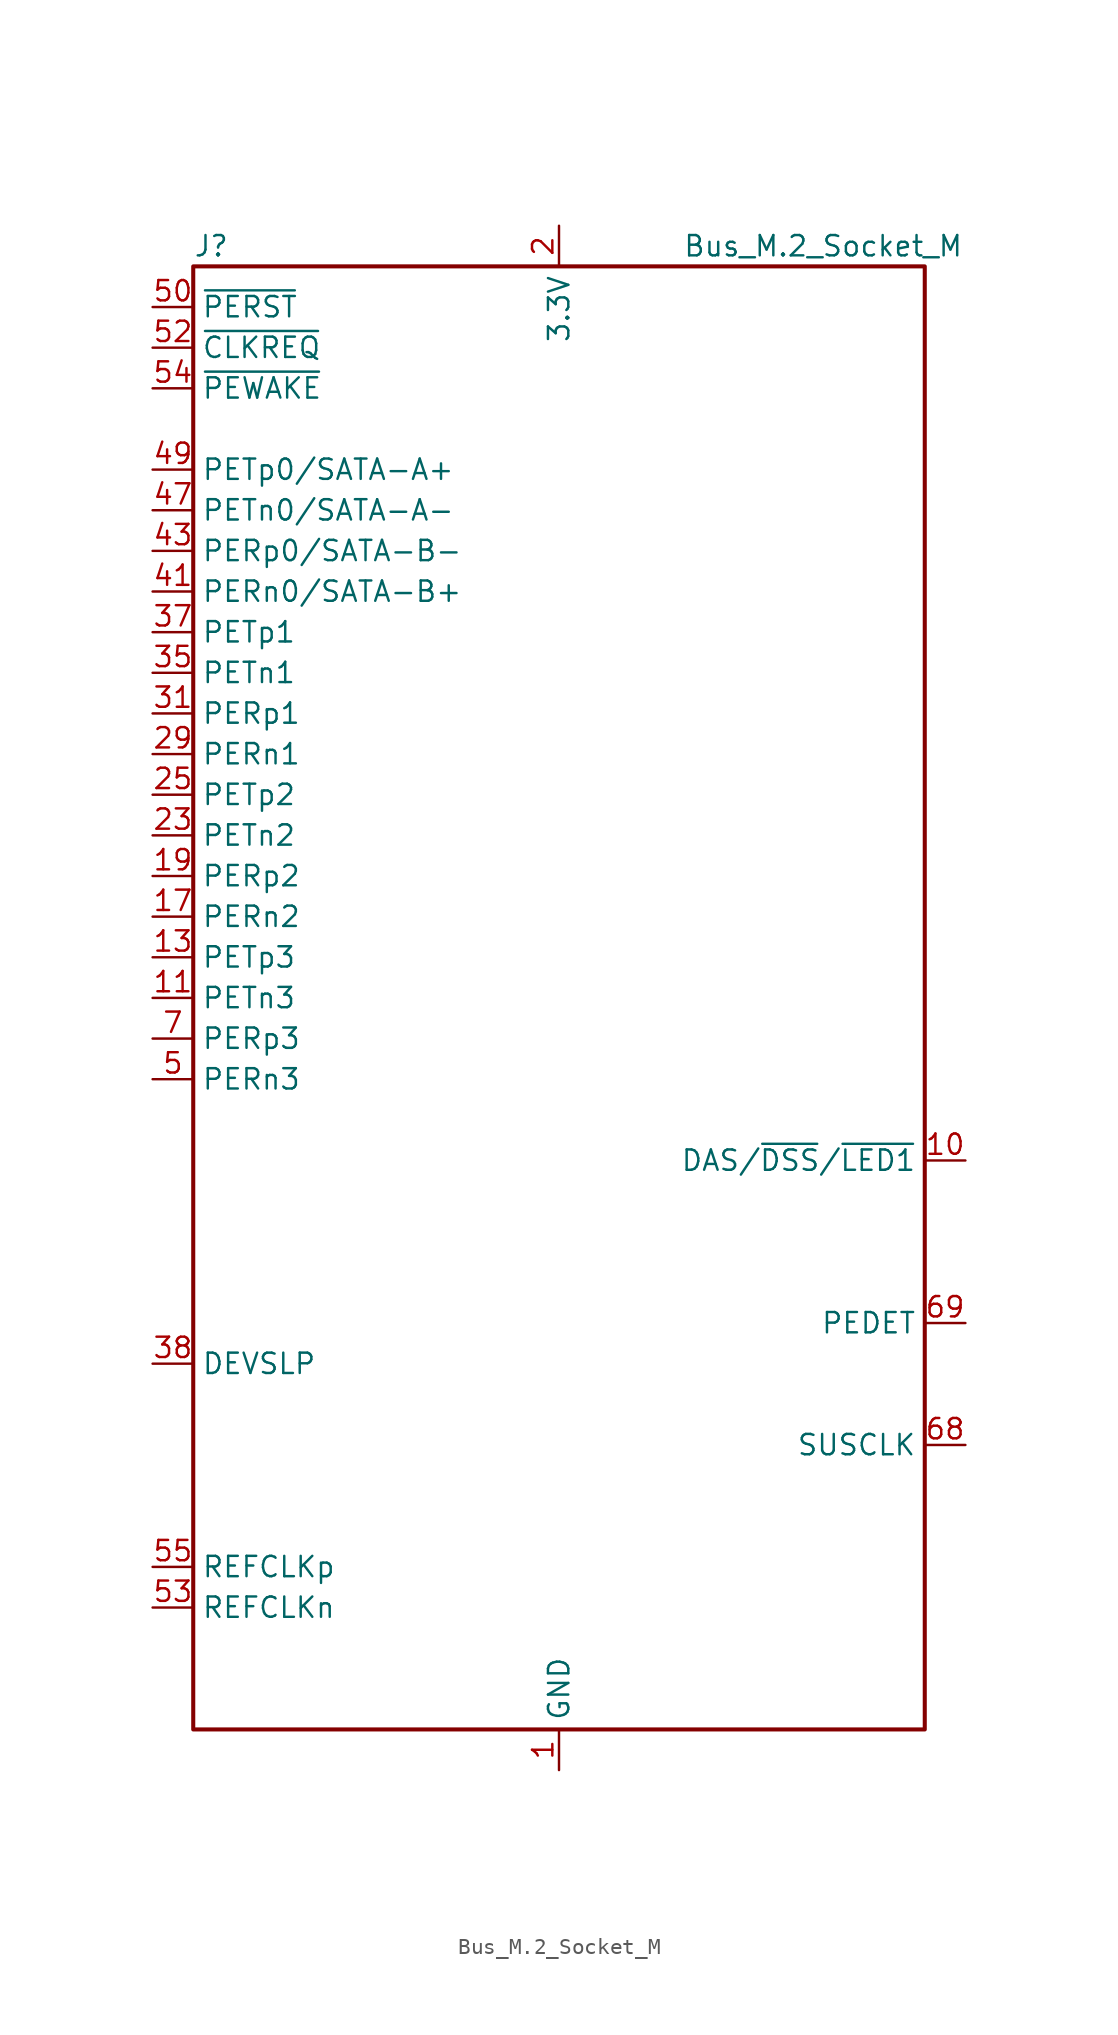
<source format=kicad_sym>
(kicad_symbol_lib
  (version 20211014)
  (generator kicad_symbol_editor)
  (symbol "Bus_M.2_Socket_M"
    (property "Reference" "J"
      (at -22.86 46.99 0)
      (effects (font (size 1.27 1.27)) (justify left)))
    (property "Value" "Bus_M.2_Socket_M"
      (at 16.51 46.99 0)
      (effects (font (size 1.27 1.27))))
    (symbol "Bus_M.2_Socket_M_0_1"
      (rectangle (start -22.86 45.72) (end 22.86 -45.72) (stroke (width 0.254) (type default) (color 0 0 0 0)) (fill (type none))))
    (symbol "Bus_M.2_Socket_M_1_1"
      (pin power_in line (at 0 -48.26 90) (length 2.54) (name "GND" (effects (font (size 1.27 1.27)))) (number "1" (effects (font (size 1.27 1.27)))))
      (pin bidirectional line (at 25.4 -10.16 180) (length 2.54) (name "DAS/~{DSS}/~{LED1}" (effects (font (size 1.27 1.27)))) (number "10" (effects (font (size 1.27 1.27)))))
      (pin output line (at -25.4 0 0) (length 2.54) (name "PETn3" (effects (font (size 1.27 1.27)))) (number "11" (effects (font (size 1.27 1.27)))))
      (pin passive line (at 0 48.26 270) (length 2.54) hide (name "3.3V" (effects (font (size 1.27 1.27)))) (number "12" (effects (font (size 1.27 1.27)))))
      (pin output line (at -25.4 2.54 0) (length 2.54) (name "PETp3" (effects (font (size 1.27 1.27)))) (number "13" (effects (font (size 1.27 1.27)))))
      (pin passive line (at 0 48.26 270) (length 2.54) hide (name "3.3V" (effects (font (size 1.27 1.27)))) (number "14" (effects (font (size 1.27 1.27)))))
      (pin passive line (at 0 -48.26 90) (length 2.54) hide (name "GND" (effects (font (size 1.27 1.27)))) (number "15" (effects (font (size 1.27 1.27)))))
      (pin passive line (at 0 48.26 270) (length 2.54) hide (name "3.3V" (effects (font (size 1.27 1.27)))) (number "16" (effects (font (size 1.27 1.27)))))
      (pin input line (at -25.4 5.08 0) (length 2.54) (name "PERn2" (effects (font (size 1.27 1.27)))) (number "17" (effects (font (size 1.27 1.27)))))
      (pin passive line (at 0 48.26 270) (length 2.54) hide (name "3.3V" (effects (font (size 1.27 1.27)))) (number "18" (effects (font (size 1.27 1.27)))))
      (pin input line (at -25.4 7.62 0) (length 2.54) (name "PERp2" (effects (font (size 1.27 1.27)))) (number "19" (effects (font (size 1.27 1.27)))))
      (pin power_in line (at 0 48.26 270) (length 2.54) (name "3.3V" (effects (font (size 1.27 1.27)))) (number "2" (effects (font (size 1.27 1.27)))))
      (pin no_connect line (at 22.86 2.54 180) (length 2.54) hide (name "NC" (effects (font (size 1.27 1.27)))) (number "20" (effects (font (size 1.27 1.27)))))
      (pin passive line (at 0 -48.26 90) (length 2.54) hide (name "GND" (effects (font (size 1.27 1.27)))) (number "21" (effects (font (size 1.27 1.27)))))
      (pin no_connect line (at 22.86 5.08 180) (length 2.54) hide (name "NC" (effects (font (size 1.27 1.27)))) (number "22" (effects (font (size 1.27 1.27)))))
      (pin output line (at -25.4 10.16 0) (length 2.54) (name "PETn2" (effects (font (size 1.27 1.27)))) (number "23" (effects (font (size 1.27 1.27)))))
      (pin no_connect line (at 22.86 7.62 180) (length 2.54) hide (name "NC" (effects (font (size 1.27 1.27)))) (number "24" (effects (font (size 1.27 1.27)))))
      (pin output line (at -25.4 12.7 0) (length 2.54) (name "PETp2" (effects (font (size 1.27 1.27)))) (number "25" (effects (font (size 1.27 1.27)))))
      (pin no_connect line (at 22.86 10.16 180) (length 2.54) hide (name "NC" (effects (font (size 1.27 1.27)))) (number "26" (effects (font (size 1.27 1.27)))))
      (pin passive line (at 0 -48.26 90) (length 2.54) hide (name "GND" (effects (font (size 1.27 1.27)))) (number "27" (effects (font (size 1.27 1.27)))))
      (pin no_connect line (at 22.86 12.7 180) (length 2.54) hide (name "NC" (effects (font (size 1.27 1.27)))) (number "28" (effects (font (size 1.27 1.27)))))
      (pin input line (at -25.4 15.24 0) (length 2.54) (name "PERn1" (effects (font (size 1.27 1.27)))) (number "29" (effects (font (size 1.27 1.27)))))
      (pin passive line (at 0 -48.26 90) (length 2.54) hide (name "GND" (effects (font (size 1.27 1.27)))) (number "3" (effects (font (size 1.27 1.27)))))
      (pin no_connect line (at 22.86 15.24 180) (length 2.54) hide (name "NC" (effects (font (size 1.27 1.27)))) (number "30" (effects (font (size 1.27 1.27)))))
      (pin input line (at -25.4 17.78 0) (length 2.54) (name "PERp1" (effects (font (size 1.27 1.27)))) (number "31" (effects (font (size 1.27 1.27)))))
      (pin no_connect line (at 22.86 17.78 180) (length 2.54) hide (name "NC" (effects (font (size 1.27 1.27)))) (number "32" (effects (font (size 1.27 1.27)))))
      (pin passive line (at 0 -48.26 90) (length 2.54) hide (name "GND" (effects (font (size 1.27 1.27)))) (number "33" (effects (font (size 1.27 1.27)))))
      (pin no_connect line (at 22.86 20.32 180) (length 2.54) hide (name "NC" (effects (font (size 1.27 1.27)))) (number "34" (effects (font (size 1.27 1.27)))))
      (pin output line (at -25.4 20.32 0) (length 2.54) (name "PETn1" (effects (font (size 1.27 1.27)))) (number "35" (effects (font (size 1.27 1.27)))))
      (pin no_connect line (at 22.86 22.86 180) (length 2.54) hide (name "NC" (effects (font (size 1.27 1.27)))) (number "36" (effects (font (size 1.27 1.27)))))
      (pin output line (at -25.4 22.86 0) (length 2.54) (name "PETp1" (effects (font (size 1.27 1.27)))) (number "37" (effects (font (size 1.27 1.27)))))
      (pin output line (at -25.4 -22.86 0) (length 2.54) (name "DEVSLP" (effects (font (size 1.27 1.27)))) (number "38" (effects (font (size 1.27 1.27)))))
      (pin passive line (at 0 -48.26 90) (length 2.54) hide (name "GND" (effects (font (size 1.27 1.27)))) (number "39" (effects (font (size 1.27 1.27)))))
      (pin passive line (at 0 48.26 270) (length 2.54) hide (name "3.3V" (effects (font (size 1.27 1.27)))) (number "4" (effects (font (size 1.27 1.27)))))
      (pin no_connect line (at 22.86 25.4 180) (length 2.54) hide (name "NC" (effects (font (size 1.27 1.27)))) (number "40" (effects (font (size 1.27 1.27)))))
      (pin input line (at -25.4 25.4 0) (length 2.54) (name "PERn0/SATA-B+" (effects (font (size 1.27 1.27)))) (number "41" (effects (font (size 1.27 1.27)))))
      (pin no_connect line (at 22.86 27.94 180) (length 2.54) hide (name "NC" (effects (font (size 1.27 1.27)))) (number "42" (effects (font (size 1.27 1.27)))))
      (pin input line (at -25.4 27.94 0) (length 2.54) (name "PERp0/SATA-B-" (effects (font (size 1.27 1.27)))) (number "43" (effects (font (size 1.27 1.27)))))
      (pin no_connect line (at 22.86 30.48 180) (length 2.54) hide (name "NC" (effects (font (size 1.27 1.27)))) (number "44" (effects (font (size 1.27 1.27)))))
      (pin passive line (at 0 -48.26 90) (length 2.54) hide (name "GND" (effects (font (size 1.27 1.27)))) (number "45" (effects (font (size 1.27 1.27)))))
      (pin no_connect line (at 22.86 33.02 180) (length 2.54) hide (name "NC" (effects (font (size 1.27 1.27)))) (number "46" (effects (font (size 1.27 1.27)))))
      (pin output line (at -25.4 30.48 0) (length 2.54) (name "PETn0/SATA-A-" (effects (font (size 1.27 1.27)))) (number "47" (effects (font (size 1.27 1.27)))))
      (pin no_connect line (at 22.86 35.56 180) (length 2.54) hide (name "NC" (effects (font (size 1.27 1.27)))) (number "48" (effects (font (size 1.27 1.27)))))
      (pin output line (at -25.4 33.02 0) (length 2.54) (name "PETp0/SATA-A+" (effects (font (size 1.27 1.27)))) (number "49" (effects (font (size 1.27 1.27)))))
      (pin input line (at -25.4 -5.08 0) (length 2.54) (name "PERn3" (effects (font (size 1.27 1.27)))) (number "5" (effects (font (size 1.27 1.27)))))
      (pin output line (at -25.4 43.18 0) (length 2.54) (name "~{PERST}" (effects (font (size 1.27 1.27)))) (number "50" (effects (font (size 1.27 1.27)))))
      (pin passive line (at 0 -48.26 90) (length 2.54) hide (name "GND" (effects (font (size 1.27 1.27)))) (number "51" (effects (font (size 1.27 1.27)))))
      (pin bidirectional line (at -25.4 40.64 0) (length 2.54) (name "~{CLKREQ}" (effects (font (size 1.27 1.27)))) (number "52" (effects (font (size 1.27 1.27)))))
      (pin output line (at -25.4 -38.1 0) (length 2.54) (name "REFCLKn" (effects (font (size 1.27 1.27)))) (number "53" (effects (font (size 1.27 1.27)))))
      (pin bidirectional line (at -25.4 38.1 0) (length 2.54) (name "~{PEWAKE}" (effects (font (size 1.27 1.27)))) (number "54" (effects (font (size 1.27 1.27)))))
      (pin output line (at -25.4 -35.56 0) (length 2.54) (name "REFCLKp" (effects (font (size 1.27 1.27)))) (number "55" (effects (font (size 1.27 1.27)))))
      (pin no_connect line (at 22.86 38.1 180) (length 2.54) hide (name "NC" (effects (font (size 1.27 1.27)))) (number "56" (effects (font (size 1.27 1.27)))))
      (pin passive line (at 0 -48.26 90) (length 2.54) hide (name "GND" (effects (font (size 1.27 1.27)))) (number "57" (effects (font (size 1.27 1.27)))))
      (pin no_connect line (at 22.86 40.64 180) (length 2.54) hide (name "NC" (effects (font (size 1.27 1.27)))) (number "58" (effects (font (size 1.27 1.27)))))
      (pin no_connect line (at 22.86 -2.54 180) (length 2.54) hide (name "NC" (effects (font (size 1.27 1.27)))) (number "6" (effects (font (size 1.27 1.27)))))
      (pin no_connect line (at 22.86 -5.08 180) (length 2.54) hide (name "NC" (effects (font (size 1.27 1.27)))) (number "67" (effects (font (size 1.27 1.27)))))
      (pin output line (at 25.4 -27.94 180) (length 2.54) (name "SUSCLK" (effects (font (size 1.27 1.27)))) (number "68" (effects (font (size 1.27 1.27)))))
      (pin passive line (at 25.4 -20.32 180) (length 2.54) (name "PEDET" (effects (font (size 1.27 1.27)))) (number "69" (effects (font (size 1.27 1.27)))))
      (pin input line (at -25.4 -2.54 0) (length 2.54) (name "PERp3" (effects (font (size 1.27 1.27)))) (number "7" (effects (font (size 1.27 1.27)))))
      (pin passive line (at 0 48.26 270) (length 2.54) hide (name "3.3V" (effects (font (size 1.27 1.27)))) (number "70" (effects (font (size 1.27 1.27)))))
      (pin passive line (at 0 -48.26 90) (length 2.54) hide (name "GND" (effects (font (size 1.27 1.27)))) (number "71" (effects (font (size 1.27 1.27)))))
      (pin passive line (at 0 48.26 270) (length 2.54) hide (name "3.3V" (effects (font (size 1.27 1.27)))) (number "72" (effects (font (size 1.27 1.27)))))
      (pin passive line (at 0 -48.26 90) (length 2.54) hide (name "GND" (effects (font (size 1.27 1.27)))) (number "73" (effects (font (size 1.27 1.27)))))
      (pin passive line (at 0 48.26 270) (length 2.54) hide (name "3.3V" (effects (font (size 1.27 1.27)))) (number "74" (effects (font (size 1.27 1.27)))))
      (pin passive line (at 0 -48.26 90) (length 2.54) hide (name "GND" (effects (font (size 1.27 1.27)))) (number "75" (effects (font (size 1.27 1.27)))))
      (pin no_connect line (at 22.86 0 180) (length 2.54) hide (name "NC" (effects (font (size 1.27 1.27)))) (number "8" (effects (font (size 1.27 1.27)))))
      (pin passive line (at 0 -48.26 90) (length 2.54) hide (name "GND" (effects (font (size 1.27 1.27)))) (number "9" (effects (font (size 1.27 1.27))))))))
</source>
